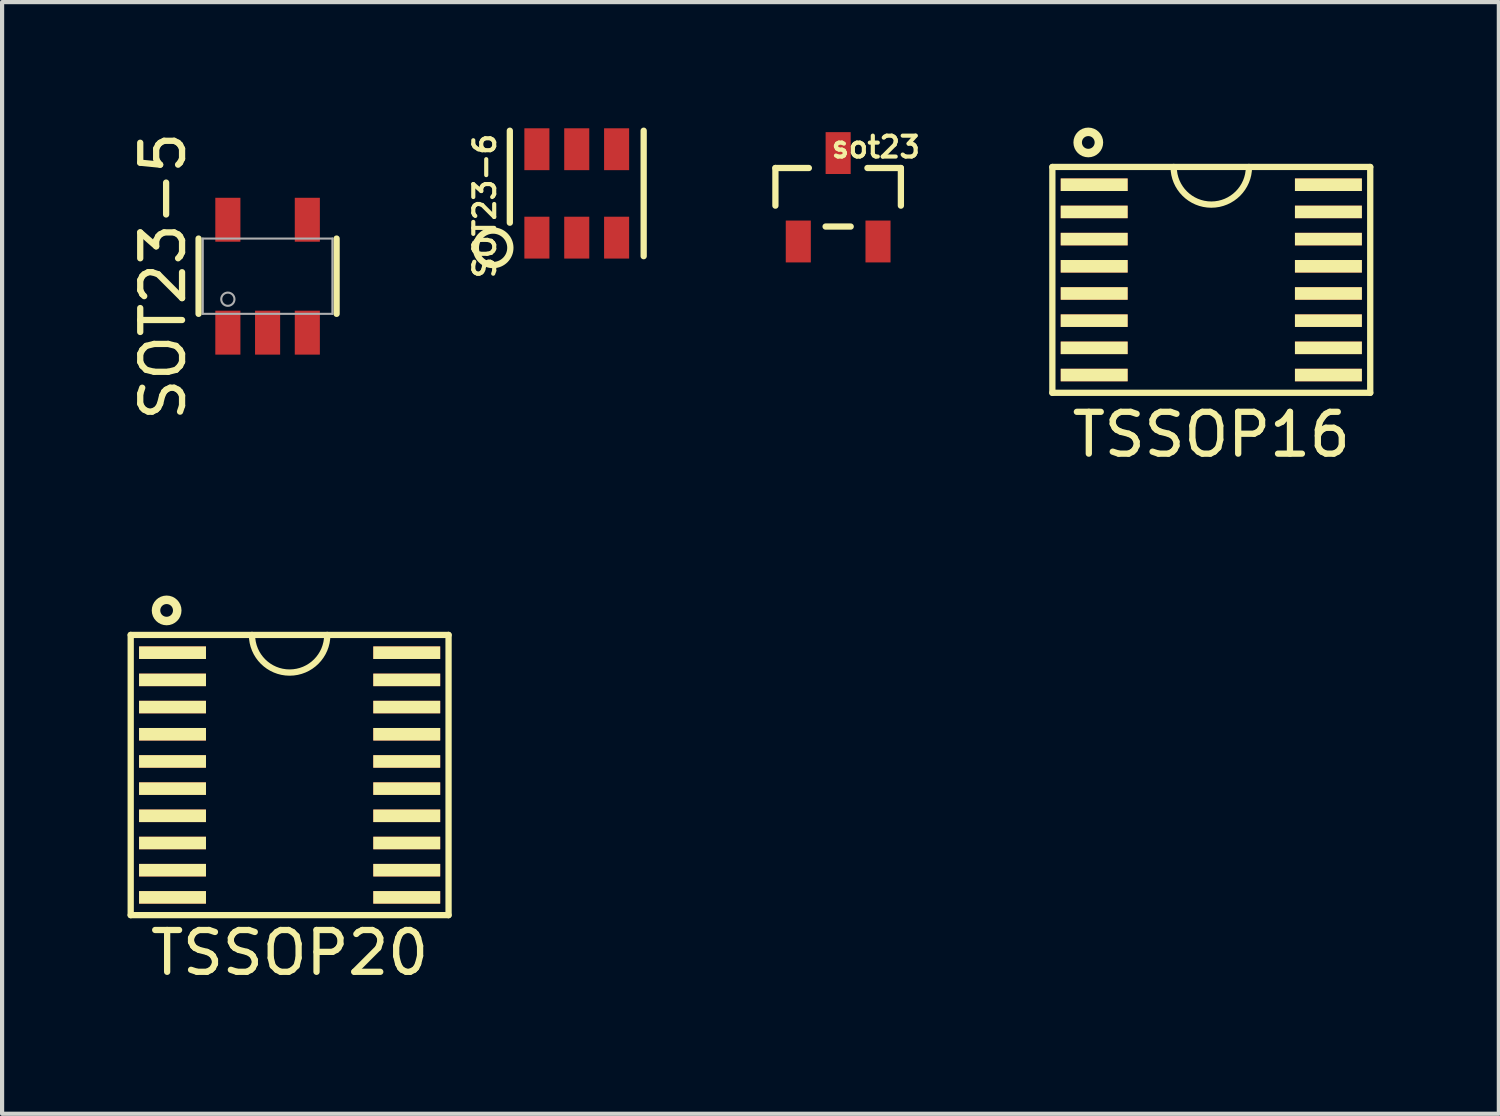
<source format=kicad_pcb>
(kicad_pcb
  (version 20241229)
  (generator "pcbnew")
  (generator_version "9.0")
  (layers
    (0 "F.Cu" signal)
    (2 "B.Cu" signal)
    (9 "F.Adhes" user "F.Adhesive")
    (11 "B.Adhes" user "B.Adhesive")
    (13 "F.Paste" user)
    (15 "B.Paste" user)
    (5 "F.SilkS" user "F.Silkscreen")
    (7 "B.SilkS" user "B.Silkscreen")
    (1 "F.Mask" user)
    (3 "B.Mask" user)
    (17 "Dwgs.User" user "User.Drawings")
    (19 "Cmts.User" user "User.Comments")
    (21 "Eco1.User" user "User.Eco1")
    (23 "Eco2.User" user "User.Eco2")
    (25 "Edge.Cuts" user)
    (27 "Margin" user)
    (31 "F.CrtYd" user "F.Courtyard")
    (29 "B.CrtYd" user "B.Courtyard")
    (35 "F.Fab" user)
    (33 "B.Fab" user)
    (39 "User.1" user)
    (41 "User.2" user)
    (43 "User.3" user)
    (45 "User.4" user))
  (footprint "SOT23-5"
    (layer "F.Cu")
    (at 3.348 3.554)
    (property "Reference" "SOT23-5" (at -2.5 0 90) (layer "F.SilkS") (effects (font (size 1 1) (thickness 0.15))))
    (attr through_hole)
    (fp_line (start -1.65 0.9) (end -1.65 -0.9) (stroke (width 0.15) (type solid)) (layer "F.SilkS"))
    (fp_line (start 1.65 -0.9) (end 1.65 0.9) (stroke (width 0.15) (type solid)) (layer "F.SilkS"))
    (fp_line (start -1.55 -0.9) (end -1.55 0.9) (stroke (width 0.05) (type solid)) (layer "F.Fab"))
    (fp_line (start -1.55 0.9) (end 1.55 0.9) (stroke (width 0.05) (type solid)) (layer "F.Fab"))
    (fp_line (start 1.55 -0.9) (end -1.55 -0.9) (stroke (width 0.05) (type solid)) (layer "F.Fab"))
    (fp_line (start 1.55 0.9) (end 1.55 -0.9) (stroke (width 0.05) (type solid)) (layer "F.Fab"))
    (fp_circle (center -0.95 0.55) (end -0.8 0.5) (stroke (width 0.05) (type solid)) (fill no) (layer "F.Fab"))
    (pad "1" smd rect (at -0.95 1.35) (size 0.6 1.05) (layers "F.Cu" "F.Mask" "F.Paste"))
    (pad "2" smd rect (at 0 1.35) (size 0.6 1.05) (layers "F.Cu" "F.Mask" "F.Paste"))
    (pad "3" smd rect (at 0.95 1.35) (size 0.6 1.05) (layers "F.Cu" "F.Mask" "F.Paste"))
    (pad "4" smd rect (at 0.95 -1.35) (size 0.6 1.05) (layers "F.Cu" "F.Mask" "F.Paste"))
    (pad "5" smd rect (at -0.95 -1.35) (size 0.6 1.05) (layers "F.Cu" "F.Mask" "F.Paste")))
  (footprint "sot23"
    (layer "F.Cu")
    (at 16.99 1.667)
    (property "Reference" "sot23" (at 0.9 -1.2 0) (layer "F.SilkS") (effects (font (size 0.5 0.5) (thickness 0.099))))
    (attr smd)
    (fp_line (start -1.5 -0.7) (end -0.7 -0.7) (stroke (width 0.15) (type solid)) (layer "F.SilkS"))
    (fp_line (start -1.5 0.2) (end -1.5 -0.7) (stroke (width 0.15) (type solid)) (layer "F.SilkS"))
    (fp_line (start 0.3 0.7) (end -0.3 0.7) (stroke (width 0.15) (type solid)) (layer "F.SilkS"))
    (fp_line (start 1.5 -0.7) (end 0.7 -0.7) (stroke (width 0.15) (type solid)) (layer "F.SilkS"))
    (fp_line (start 1.5 0.2) (end 1.5 -0.7) (stroke (width 0.15) (type solid)) (layer "F.SilkS"))
    (pad "1" smd rect (at -0.953 1.057) (size 0.599 1.001) (layers "F.Cu" "F.Mask" "F.Paste"))
    (pad "2" smd rect (at 0.953 1.057) (size 0.599 1.001) (layers "F.Cu" "F.Mask" "F.Paste"))
    (pad "3" smd rect (at 0 -1.057) (size 0.599 1.001) (layers "F.Cu" "F.Mask" "F.Paste")))
  (footprint "SOT23-6"
    (layer "F.Cu")
    (at 10.74 1.575)
    (property "Reference" "SOT23-6" (at -2.2 0.3 90) (layer "F.SilkS") (effects (font (size 0.5 0.5) (thickness 0.099))))
    (attr smd)
    (fp_line (start -1.6 -1.5) (end -1.6 0.7) (stroke (width 0.15) (type solid)) (layer "F.SilkS"))
    (fp_line (start 1.6 -1.5) (end 1.6 1.5) (stroke (width 0.15) (type solid)) (layer "F.SilkS"))
    (fp_circle (center -2 1.3) (end -1.6 1.2) (stroke (width 0.15) (type solid)) (fill no) (layer "F.SilkS"))
    (pad "1" smd rect (at -0.953 1.057) (size 0.599 1.001) (layers "F.Cu" "F.Mask" "F.Paste"))
    (pad "2" smd rect (at 0 1.057) (size 0.599 1.001) (layers "F.Cu" "F.Mask" "F.Paste"))
    (pad "3" smd rect (at 0.953 1.057) (size 0.599 1.001) (layers "F.Cu" "F.Mask" "F.Paste"))
    (pad "4" smd rect (at 0.953 -1.057) (size 0.599 1.001) (layers "F.Cu" "F.Mask" "F.Paste"))
    (pad "5" smd rect (at 0 -1.057) (size 0.599 1.001) (layers "F.Cu" "F.Mask" "F.Paste"))
    (pad "6" smd rect (at -0.953 -1.057) (size 0.599 1.001) (layers "F.Cu" "F.Mask" "F.Paste")))
  (footprint "TSSOP20"
    (layer "F.Cu")
    (at 3.875 15.481)
    (property "Reference" "TSSOP20" (at 0 4.25 0) (layer "F.SilkS") (effects (font (size 1 1) (thickness 0.15))))
    (attr smd)
    (fp_line (start -3.8 -3.35) (end -3.8 3.35) (stroke (width 0.15) (type solid)) (layer "F.SilkS"))
    (fp_line (start -3.8 3.35) (end 3.8 3.35) (stroke (width 0.15) (type solid)) (layer "F.SilkS"))
    (fp_line (start 3.8 -3.35) (end -3.8 -3.35) (stroke (width 0.15) (type solid)) (layer "F.SilkS"))
    (fp_line (start 3.8 3.35) (end 3.8 -3.35) (stroke (width 0.15) (type solid)) (layer "F.SilkS"))
    (fp_arc (start 0.9 -3.35) (mid 0 -2.45) (end -0.9 -3.35) (stroke (width 0.15) (type solid)) (layer "F.SilkS"))
    (fp_circle (center -2.941 -3.936) (end -2.687 -3.936) (stroke (width 0.203) (type solid)) (fill no) (layer "F.SilkS"))
    (pad "1" smd rect (at -2.8 -2.925) (size 1.6 0.3) (layers "F.Cu" "F.Mask" "F.SilkS" "F.Paste"))
    (pad "2" smd rect (at -2.8 -2.275) (size 1.6 0.3) (layers "F.Cu" "F.Mask" "F.SilkS" "F.Paste"))
    (pad "3" smd rect (at -2.8 -1.625) (size 1.6 0.3) (layers "F.Cu" "F.Mask" "F.SilkS" "F.Paste"))
    (pad "4" smd rect (at -2.8 -0.975) (size 1.6 0.3) (layers "F.Cu" "F.Mask" "F.SilkS" "F.Paste"))
    (pad "5" smd rect (at -2.8 -0.325) (size 1.6 0.3) (layers "F.Cu" "F.Mask" "F.SilkS" "F.Paste"))
    (pad "6" smd rect (at -2.8 0.325) (size 1.6 0.3) (layers "F.Cu" "F.Mask" "F.SilkS" "F.Paste"))
    (pad "7" smd rect (at -2.8 0.975) (size 1.6 0.3) (layers "F.Cu" "F.Mask" "F.SilkS" "F.Paste"))
    (pad "8" smd rect (at -2.8 1.625) (size 1.6 0.3) (layers "F.Cu" "F.Mask" "F.SilkS" "F.Paste"))
    (pad "9" smd rect (at -2.8 2.275) (size 1.6 0.3) (layers "F.Cu" "F.Mask" "F.SilkS" "F.Paste"))
    (pad "10" smd rect (at -2.8 2.925) (size 1.6 0.3) (layers "F.Cu" "F.Mask" "F.SilkS" "F.Paste"))
    (pad "11" smd rect (at 2.8 2.925) (size 1.6 0.3) (layers "F.Cu" "F.Mask" "F.SilkS" "F.Paste"))
    (pad "12" smd rect (at 2.8 2.275) (size 1.6 0.3) (layers "F.Cu" "F.Mask" "F.SilkS" "F.Paste"))
    (pad "13" smd rect (at 2.8 1.625) (size 1.6 0.3) (layers "F.Cu" "F.Mask" "F.SilkS" "F.Paste"))
    (pad "14" smd rect (at 2.8 0.975) (size 1.6 0.3) (layers "F.Cu" "F.Mask" "F.SilkS" "F.Paste"))
    (pad "15" smd rect (at 2.8 0.325) (size 1.6 0.3) (layers "F.Cu" "F.Mask" "F.SilkS" "F.Paste"))
    (pad "16" smd rect (at 2.8 -0.325) (size 1.6 0.3) (layers "F.Cu" "F.Mask" "F.SilkS" "F.Paste"))
    (pad "17" smd rect (at 2.8 -0.975) (size 1.6 0.3) (layers "F.Cu" "F.Mask" "F.SilkS" "F.Paste"))
    (pad "18" smd rect (at 2.8 -1.625) (size 1.6 0.3) (layers "F.Cu" "F.Mask" "F.SilkS" "F.Paste"))
    (pad "19" smd rect (at 2.8 -2.275) (size 1.6 0.3) (layers "F.Cu" "F.Mask" "F.SilkS" "F.Paste"))
    (pad "20" smd rect (at 2.8 -2.925) (size 1.6 0.3) (layers "F.Cu" "F.Mask" "F.SilkS" "F.Paste")))
  (footprint "TSSOP16"
    (layer "F.Cu")
    (at 25.912 3.642)
    (property "Reference" "TSSOP16" (at 0 3.7 0) (layer "F.SilkS") (effects (font (size 1 1) (thickness 0.15))))
    (attr smd)
    (fp_line (start -3.8 -2.7) (end -3.8 2.7) (stroke (width 0.15) (type solid)) (layer "F.SilkS"))
    (fp_line (start -3.8 2.7) (end 3.8 2.7) (stroke (width 0.15) (type solid)) (layer "F.SilkS"))
    (fp_line (start 3.8 -2.7) (end -3.8 -2.7) (stroke (width 0.15) (type solid)) (layer "F.SilkS"))
    (fp_line (start 3.8 2.7) (end 3.8 -2.7) (stroke (width 0.15) (type solid)) (layer "F.SilkS"))
    (fp_arc (start 0.9 -2.7) (mid 0 -1.8) (end -0.9 -2.7) (stroke (width 0.15) (type solid)) (layer "F.SilkS"))
    (fp_circle (center -2.941 -3.286) (end -2.687 -3.286) (stroke (width 0.203) (type solid)) (fill no) (layer "F.SilkS"))
    (pad "1" smd rect (at -2.8 -2.275) (size 1.6 0.3) (layers "F.Cu" "F.Mask" "F.SilkS" "F.Paste"))
    (pad "2" smd rect (at -2.8 -1.625) (size 1.6 0.3) (layers "F.Cu" "F.Mask" "F.SilkS" "F.Paste"))
    (pad "3" smd rect (at -2.8 -0.975) (size 1.6 0.3) (layers "F.Cu" "F.Mask" "F.SilkS" "F.Paste"))
    (pad "4" smd rect (at -2.8 -0.325) (size 1.6 0.3) (layers "F.Cu" "F.Mask" "F.SilkS" "F.Paste"))
    (pad "5" smd rect (at -2.8 0.325) (size 1.6 0.3) (layers "F.Cu" "F.Mask" "F.SilkS" "F.Paste"))
    (pad "6" smd rect (at -2.8 0.975) (size 1.6 0.3) (layers "F.Cu" "F.Mask" "F.SilkS" "F.Paste"))
    (pad "7" smd rect (at -2.8 1.625) (size 1.6 0.3) (layers "F.Cu" "F.Mask" "F.SilkS" "F.Paste"))
    (pad "8" smd rect (at -2.8 2.275) (size 1.6 0.3) (layers "F.Cu" "F.Mask" "F.SilkS" "F.Paste"))
    (pad "9" smd rect (at 2.8 2.275) (size 1.6 0.3) (layers "F.Cu" "F.Mask" "F.SilkS" "F.Paste"))
    (pad "10" smd rect (at 2.8 1.625) (size 1.6 0.3) (layers "F.Cu" "F.Mask" "F.SilkS" "F.Paste"))
    (pad "11" smd rect (at 2.8 0.975) (size 1.6 0.3) (layers "F.Cu" "F.Mask" "F.SilkS" "F.Paste"))
    (pad "12" smd rect (at 2.8 0.325) (size 1.6 0.3) (layers "F.Cu" "F.Mask" "F.SilkS" "F.Paste"))
    (pad "13" smd rect (at 2.8 -0.325) (size 1.6 0.3) (layers "F.Cu" "F.Mask" "F.SilkS" "F.Paste"))
    (pad "14" smd rect (at 2.8 -0.975) (size 1.6 0.3) (layers "F.Cu" "F.Mask" "F.SilkS" "F.Paste"))
    (pad "15" smd rect (at 2.8 -1.625) (size 1.6 0.3) (layers "F.Cu" "F.Mask" "F.SilkS" "F.Paste"))
    (pad "16" smd rect (at 2.8 -2.275) (size 1.6 0.3) (layers "F.Cu" "F.Mask" "F.SilkS" "F.Paste")))
  (gr_rect
    (start -3 -3)
    (end 32.787 23.58)
    (stroke (width 0.1) (type default))
    (fill no)
    (layer "Edge.Cuts")))
</source>
